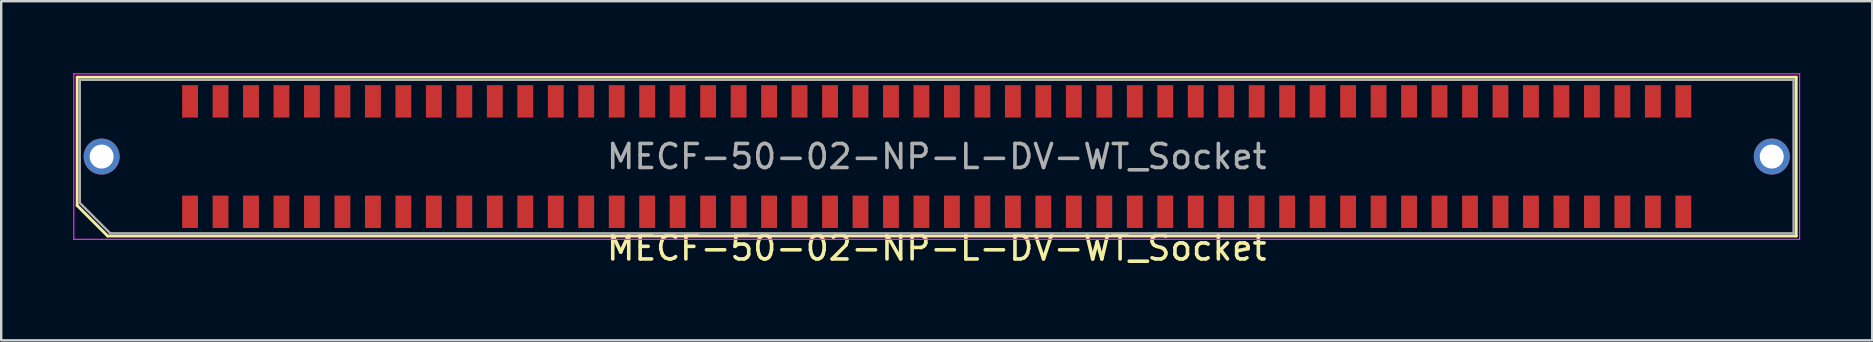
<source format=kicad_pcb>
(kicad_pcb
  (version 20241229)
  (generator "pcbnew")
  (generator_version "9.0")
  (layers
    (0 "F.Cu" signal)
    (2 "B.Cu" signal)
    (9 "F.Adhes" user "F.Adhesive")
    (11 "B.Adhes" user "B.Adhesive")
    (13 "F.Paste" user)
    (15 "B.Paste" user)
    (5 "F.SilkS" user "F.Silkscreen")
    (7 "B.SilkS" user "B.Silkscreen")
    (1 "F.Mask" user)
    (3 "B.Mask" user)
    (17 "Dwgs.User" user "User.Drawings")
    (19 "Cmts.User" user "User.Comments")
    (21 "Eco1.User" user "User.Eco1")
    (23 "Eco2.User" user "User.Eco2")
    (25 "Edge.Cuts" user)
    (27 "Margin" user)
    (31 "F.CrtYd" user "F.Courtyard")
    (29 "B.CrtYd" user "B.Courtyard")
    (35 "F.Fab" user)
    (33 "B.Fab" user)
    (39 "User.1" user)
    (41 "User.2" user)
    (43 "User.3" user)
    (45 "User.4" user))
  (footprint "MECF-50-02-NP-L-DV-WT_Socket"
    (layer "F.Cu")
    (at 35.985 3.475)
    (property "Reference" "MECF-50-02-NP-L-DV-WT_Socket" (at 0 3.81 0) (layer "F.SilkS") (effects (font (size 1 1) (thickness 0.15))))
    (attr smd)
    (fp_line (start -35.82 -3.31) (end 35.82 -3.31) (stroke (width 0.12) (type solid)) (layer "F.SilkS"))
    (fp_line (start -35.82 2.04) (end -35.82 -3.31) (stroke (width 0.12) (type solid)) (layer "F.SilkS"))
    (fp_line (start -34.55 3.31) (end -35.82 2.04) (stroke (width 0.12) (type solid)) (layer "F.SilkS"))
    (fp_line (start -34.55 3.31) (end 35.82 3.31) (stroke (width 0.12) (type solid)) (layer "F.SilkS"))
    (fp_line (start 35.82 3.31) (end 35.82 -3.31) (stroke (width 0.12) (type solid)) (layer "F.SilkS"))
    (fp_line (start -35.96 -3.45) (end -35.96 3.45) (stroke (width 0.05) (type solid)) (layer "F.CrtYd"))
    (fp_line (start -35.96 3.45) (end 35.96 3.45) (stroke (width 0.05) (type solid)) (layer "F.CrtYd"))
    (fp_line (start 35.96 -3.45) (end -35.96 -3.45) (stroke (width 0.05) (type solid)) (layer "F.CrtYd"))
    (fp_line (start 35.96 3.45) (end 35.96 -3.45) (stroke (width 0.05) (type solid)) (layer "F.CrtYd"))
    (fp_line (start -35.71 -3.2) (end 35.71 -3.2) (stroke (width 0.1) (type solid)) (layer "F.Fab"))
    (fp_line (start -35.71 1.93) (end -35.71 -3.2) (stroke (width 0.1) (type solid)) (layer "F.Fab"))
    (fp_line (start -35.71 1.93) (end -34.44 3.2) (stroke (width 0.1) (type solid)) (layer "F.Fab"))
    (fp_line (start -34.44 3.2) (end 35.71 3.2) (stroke (width 0.1) (type solid)) (layer "F.Fab"))
    (fp_line (start 35.71 3.2) (end 35.71 -3.2) (stroke (width 0.1) (type solid)) (layer "F.Fab"))
    (fp_text user "${REFERENCE}" (at 0 0 0) (layer "F.Fab") (effects (font (size 1 1) (thickness 0.15))))
    (pad "" thru_hole circle (at -34.8 0) (size 1.5 1.5) (drill 1) (layers "*.Cu" "*.Mask"))
    (pad "" np_thru_hole circle (at -32.895 0) (size 0.001 0.001) (drill 1.45) (layers "*.Cu" "*.Mask"))
    (pad "" np_thru_hole circle (at 32.895 1) (size 0.001 0.001) (drill 1.45) (layers "*.Cu" "*.Mask"))
    (pad "" thru_hole circle (at 34.8 0) (size 1.5 1.5) (drill 1) (layers "*.Cu" "*.Mask"))
    (pad "1" smd rect (at -31.115 2.3) (size 0.66 1.35) (layers "F.Cu" "F.Mask" "F.Paste"))
    (pad "2" smd rect (at -31.115 -2.3) (size 0.66 1.35) (layers "F.Cu" "F.Mask" "F.Paste"))
    (pad "3" smd rect (at -29.845 2.3) (size 0.66 1.35) (layers "F.Cu" "F.Mask" "F.Paste"))
    (pad "4" smd rect (at -29.845 -2.3) (size 0.66 1.35) (layers "F.Cu" "F.Mask" "F.Paste"))
    (pad "5" smd rect (at -28.575 2.3) (size 0.66 1.35) (layers "F.Cu" "F.Mask" "F.Paste"))
    (pad "6" smd rect (at -28.575 -2.3) (size 0.66 1.35) (layers "F.Cu" "F.Mask" "F.Paste"))
    (pad "7" smd rect (at -27.305 2.3) (size 0.66 1.35) (layers "F.Cu" "F.Mask" "F.Paste"))
    (pad "8" smd rect (at -27.305 -2.3) (size 0.66 1.35) (layers "F.Cu" "F.Mask" "F.Paste"))
    (pad "9" smd rect (at -26.035 2.3) (size 0.66 1.35) (layers "F.Cu" "F.Mask" "F.Paste"))
    (pad "10" smd rect (at -26.035 -2.3) (size 0.66 1.35) (layers "F.Cu" "F.Mask" "F.Paste"))
    (pad "11" smd rect (at -24.765 2.3) (size 0.66 1.35) (layers "F.Cu" "F.Mask" "F.Paste"))
    (pad "12" smd rect (at -24.765 -2.3) (size 0.66 1.35) (layers "F.Cu" "F.Mask" "F.Paste"))
    (pad "13" smd rect (at -23.495 2.3) (size 0.66 1.35) (layers "F.Cu" "F.Mask" "F.Paste"))
    (pad "14" smd rect (at -23.495 -2.3) (size 0.66 1.35) (layers "F.Cu" "F.Mask" "F.Paste"))
    (pad "15" smd rect (at -22.225 2.3) (size 0.66 1.35) (layers "F.Cu" "F.Mask" "F.Paste"))
    (pad "16" smd rect (at -22.225 -2.3) (size 0.66 1.35) (layers "F.Cu" "F.Mask" "F.Paste"))
    (pad "17" smd rect (at -20.955 2.3) (size 0.66 1.35) (layers "F.Cu" "F.Mask" "F.Paste"))
    (pad "18" smd rect (at -20.955 -2.3) (size 0.66 1.35) (layers "F.Cu" "F.Mask" "F.Paste"))
    (pad "19" smd rect (at -19.685 2.3) (size 0.66 1.35) (layers "F.Cu" "F.Mask" "F.Paste"))
    (pad "20" smd rect (at -19.685 -2.3) (size 0.66 1.35) (layers "F.Cu" "F.Mask" "F.Paste"))
    (pad "21" smd rect (at -18.415 2.3) (size 0.66 1.35) (layers "F.Cu" "F.Mask" "F.Paste"))
    (pad "22" smd rect (at -18.415 -2.3) (size 0.66 1.35) (layers "F.Cu" "F.Mask" "F.Paste"))
    (pad "23" smd rect (at -17.145 2.3) (size 0.66 1.35) (layers "F.Cu" "F.Mask" "F.Paste"))
    (pad "24" smd rect (at -17.145 -2.3) (size 0.66 1.35) (layers "F.Cu" "F.Mask" "F.Paste"))
    (pad "25" smd rect (at -15.875 2.3) (size 0.66 1.35) (layers "F.Cu" "F.Mask" "F.Paste"))
    (pad "26" smd rect (at -15.875 -2.3) (size 0.66 1.35) (layers "F.Cu" "F.Mask" "F.Paste"))
    (pad "27" smd rect (at -14.605 2.3) (size 0.66 1.35) (layers "F.Cu" "F.Mask" "F.Paste"))
    (pad "28" smd rect (at -14.605 -2.3) (size 0.66 1.35) (layers "F.Cu" "F.Mask" "F.Paste"))
    (pad "29" smd rect (at -13.335 2.3) (size 0.66 1.35) (layers "F.Cu" "F.Mask" "F.Paste"))
    (pad "30" smd rect (at -13.335 -2.3) (size 0.66 1.35) (layers "F.Cu" "F.Mask" "F.Paste"))
    (pad "31" smd rect (at -12.065 2.3) (size 0.66 1.35) (layers "F.Cu" "F.Mask" "F.Paste"))
    (pad "32" smd rect (at -12.065 -2.3) (size 0.66 1.35) (layers "F.Cu" "F.Mask" "F.Paste"))
    (pad "33" smd rect (at -10.795 2.3) (size 0.66 1.35) (layers "F.Cu" "F.Mask" "F.Paste"))
    (pad "34" smd rect (at -10.795 -2.3) (size 0.66 1.35) (layers "F.Cu" "F.Mask" "F.Paste"))
    (pad "35" smd rect (at -9.525 2.3) (size 0.66 1.35) (layers "F.Cu" "F.Mask" "F.Paste"))
    (pad "36" smd rect (at -9.525 -2.3) (size 0.66 1.35) (layers "F.Cu" "F.Mask" "F.Paste"))
    (pad "37" smd rect (at -8.255 2.3) (size 0.66 1.35) (layers "F.Cu" "F.Mask" "F.Paste"))
    (pad "38" smd rect (at -8.255 -2.3) (size 0.66 1.35) (layers "F.Cu" "F.Mask" "F.Paste"))
    (pad "39" smd rect (at -6.985 2.3) (size 0.66 1.35) (layers "F.Cu" "F.Mask" "F.Paste"))
    (pad "40" smd rect (at -6.985 -2.3) (size 0.66 1.35) (layers "F.Cu" "F.Mask" "F.Paste"))
    (pad "41" smd rect (at -5.715 2.3) (size 0.66 1.35) (layers "F.Cu" "F.Mask" "F.Paste"))
    (pad "42" smd rect (at -5.715 -2.3) (size 0.66 1.35) (layers "F.Cu" "F.Mask" "F.Paste"))
    (pad "43" smd rect (at -4.445 2.3) (size 0.66 1.35) (layers "F.Cu" "F.Mask" "F.Paste"))
    (pad "44" smd rect (at -4.445 -2.3) (size 0.66 1.35) (layers "F.Cu" "F.Mask" "F.Paste"))
    (pad "45" smd rect (at -3.175 2.3) (size 0.66 1.35) (layers "F.Cu" "F.Mask" "F.Paste"))
    (pad "46" smd rect (at -3.175 -2.3) (size 0.66 1.35) (layers "F.Cu" "F.Mask" "F.Paste"))
    (pad "47" smd rect (at -1.905 2.3) (size 0.66 1.35) (layers "F.Cu" "F.Mask" "F.Paste"))
    (pad "48" smd rect (at -1.905 -2.3) (size 0.66 1.35) (layers "F.Cu" "F.Mask" "F.Paste"))
    (pad "49" smd rect (at -0.635 2.3) (size 0.66 1.35) (layers "F.Cu" "F.Mask" "F.Paste"))
    (pad "50" smd rect (at -0.635 -2.3) (size 0.66 1.35) (layers "F.Cu" "F.Mask" "F.Paste"))
    (pad "51" smd rect (at 0.635 2.3) (size 0.66 1.35) (layers "F.Cu" "F.Mask" "F.Paste"))
    (pad "52" smd rect (at 0.635 -2.3) (size 0.66 1.35) (layers "F.Cu" "F.Mask" "F.Paste"))
    (pad "53" smd rect (at 1.905 2.3) (size 0.66 1.35) (layers "F.Cu" "F.Mask" "F.Paste"))
    (pad "54" smd rect (at 1.905 -2.3) (size 0.66 1.35) (layers "F.Cu" "F.Mask" "F.Paste"))
    (pad "55" smd rect (at 3.175 2.3) (size 0.66 1.35) (layers "F.Cu" "F.Mask" "F.Paste"))
    (pad "56" smd rect (at 3.175 -2.3) (size 0.66 1.35) (layers "F.Cu" "F.Mask" "F.Paste"))
    (pad "57" smd rect (at 4.445 2.3) (size 0.66 1.35) (layers "F.Cu" "F.Mask" "F.Paste"))
    (pad "58" smd rect (at 4.445 -2.3) (size 0.66 1.35) (layers "F.Cu" "F.Mask" "F.Paste"))
    (pad "59" smd rect (at 5.715 2.3) (size 0.66 1.35) (layers "F.Cu" "F.Mask" "F.Paste"))
    (pad "60" smd rect (at 5.715 -2.3) (size 0.66 1.35) (layers "F.Cu" "F.Mask" "F.Paste"))
    (pad "61" smd rect (at 6.985 2.3) (size 0.66 1.35) (layers "F.Cu" "F.Mask" "F.Paste"))
    (pad "62" smd rect (at 6.985 -2.3) (size 0.66 1.35) (layers "F.Cu" "F.Mask" "F.Paste"))
    (pad "63" smd rect (at 8.255 2.3) (size 0.66 1.35) (layers "F.Cu" "F.Mask" "F.Paste"))
    (pad "64" smd rect (at 8.255 -2.3) (size 0.66 1.35) (layers "F.Cu" "F.Mask" "F.Paste"))
    (pad "65" smd rect (at 9.525 2.3) (size 0.66 1.35) (layers "F.Cu" "F.Mask" "F.Paste"))
    (pad "66" smd rect (at 9.525 -2.3) (size 0.66 1.35) (layers "F.Cu" "F.Mask" "F.Paste"))
    (pad "67" smd rect (at 10.795 2.3) (size 0.66 1.35) (layers "F.Cu" "F.Mask" "F.Paste"))
    (pad "68" smd rect (at 10.795 -2.3) (size 0.66 1.35) (layers "F.Cu" "F.Mask" "F.Paste"))
    (pad "69" smd rect (at 12.065 2.3) (size 0.66 1.35) (layers "F.Cu" "F.Mask" "F.Paste"))
    (pad "70" smd rect (at 12.065 -2.3) (size 0.66 1.35) (layers "F.Cu" "F.Mask" "F.Paste"))
    (pad "71" smd rect (at 13.335 2.3) (size 0.66 1.35) (layers "F.Cu" "F.Mask" "F.Paste"))
    (pad "72" smd rect (at 13.335 -2.3) (size 0.66 1.35) (layers "F.Cu" "F.Mask" "F.Paste"))
    (pad "73" smd rect (at 14.605 2.3) (size 0.66 1.35) (layers "F.Cu" "F.Mask" "F.Paste"))
    (pad "74" smd rect (at 14.605 -2.3) (size 0.66 1.35) (layers "F.Cu" "F.Mask" "F.Paste"))
    (pad "75" smd rect (at 15.875 2.3) (size 0.66 1.35) (layers "F.Cu" "F.Mask" "F.Paste"))
    (pad "76" smd rect (at 15.875 -2.3) (size 0.66 1.35) (layers "F.Cu" "F.Mask" "F.Paste"))
    (pad "77" smd rect (at 17.145 2.3) (size 0.66 1.35) (layers "F.Cu" "F.Mask" "F.Paste"))
    (pad "78" smd rect (at 17.145 -2.3) (size 0.66 1.35) (layers "F.Cu" "F.Mask" "F.Paste"))
    (pad "79" smd rect (at 18.415 2.3) (size 0.66 1.35) (layers "F.Cu" "F.Mask" "F.Paste"))
    (pad "80" smd rect (at 18.415 -2.3) (size 0.66 1.35) (layers "F.Cu" "F.Mask" "F.Paste"))
    (pad "81" smd rect (at 19.685 2.3) (size 0.66 1.35) (layers "F.Cu" "F.Mask" "F.Paste"))
    (pad "82" smd rect (at 19.685 -2.3) (size 0.66 1.35) (layers "F.Cu" "F.Mask" "F.Paste"))
    (pad "83" smd rect (at 20.955 2.3) (size 0.66 1.35) (layers "F.Cu" "F.Mask" "F.Paste"))
    (pad "84" smd rect (at 20.955 -2.3) (size 0.66 1.35) (layers "F.Cu" "F.Mask" "F.Paste"))
    (pad "85" smd rect (at 22.225 2.3) (size 0.66 1.35) (layers "F.Cu" "F.Mask" "F.Paste"))
    (pad "86" smd rect (at 22.225 -2.3) (size 0.66 1.35) (layers "F.Cu" "F.Mask" "F.Paste"))
    (pad "87" smd rect (at 23.495 2.3) (size 0.66 1.35) (layers "F.Cu" "F.Mask" "F.Paste"))
    (pad "88" smd rect (at 23.495 -2.3) (size 0.66 1.35) (layers "F.Cu" "F.Mask" "F.Paste"))
    (pad "89" smd rect (at 24.765 2.3) (size 0.66 1.35) (layers "F.Cu" "F.Mask" "F.Paste"))
    (pad "90" smd rect (at 24.765 -2.3) (size 0.66 1.35) (layers "F.Cu" "F.Mask" "F.Paste"))
    (pad "91" smd rect (at 26.035 2.3) (size 0.66 1.35) (layers "F.Cu" "F.Mask" "F.Paste"))
    (pad "92" smd rect (at 26.035 -2.3) (size 0.66 1.35) (layers "F.Cu" "F.Mask" "F.Paste"))
    (pad "93" smd rect (at 27.305 2.3) (size 0.66 1.35) (layers "F.Cu" "F.Mask" "F.Paste"))
    (pad "94" smd rect (at 27.305 -2.3) (size 0.66 1.35) (layers "F.Cu" "F.Mask" "F.Paste"))
    (pad "95" smd rect (at 28.575 2.3) (size 0.66 1.35) (layers "F.Cu" "F.Mask" "F.Paste"))
    (pad "96" smd rect (at 28.575 -2.3) (size 0.66 1.35) (layers "F.Cu" "F.Mask" "F.Paste"))
    (pad "97" smd rect (at 29.845 2.3) (size 0.66 1.35) (layers "F.Cu" "F.Mask" "F.Paste"))
    (pad "98" smd rect (at 29.845 -2.3) (size 0.66 1.35) (layers "F.Cu" "F.Mask" "F.Paste"))
    (pad "99" smd rect (at 31.115 2.3) (size 0.66 1.35) (layers "F.Cu" "F.Mask" "F.Paste"))
    (pad "100" smd rect (at 31.115 -2.3) (size 0.66 1.35) (layers "F.Cu" "F.Mask" "F.Paste")))
  (gr_rect
    (start -3 -3)
    (end 74.97 11.133)
    (stroke (width 0.1) (type default))
    (fill no)
    (layer "Edge.Cuts")))
</source>
